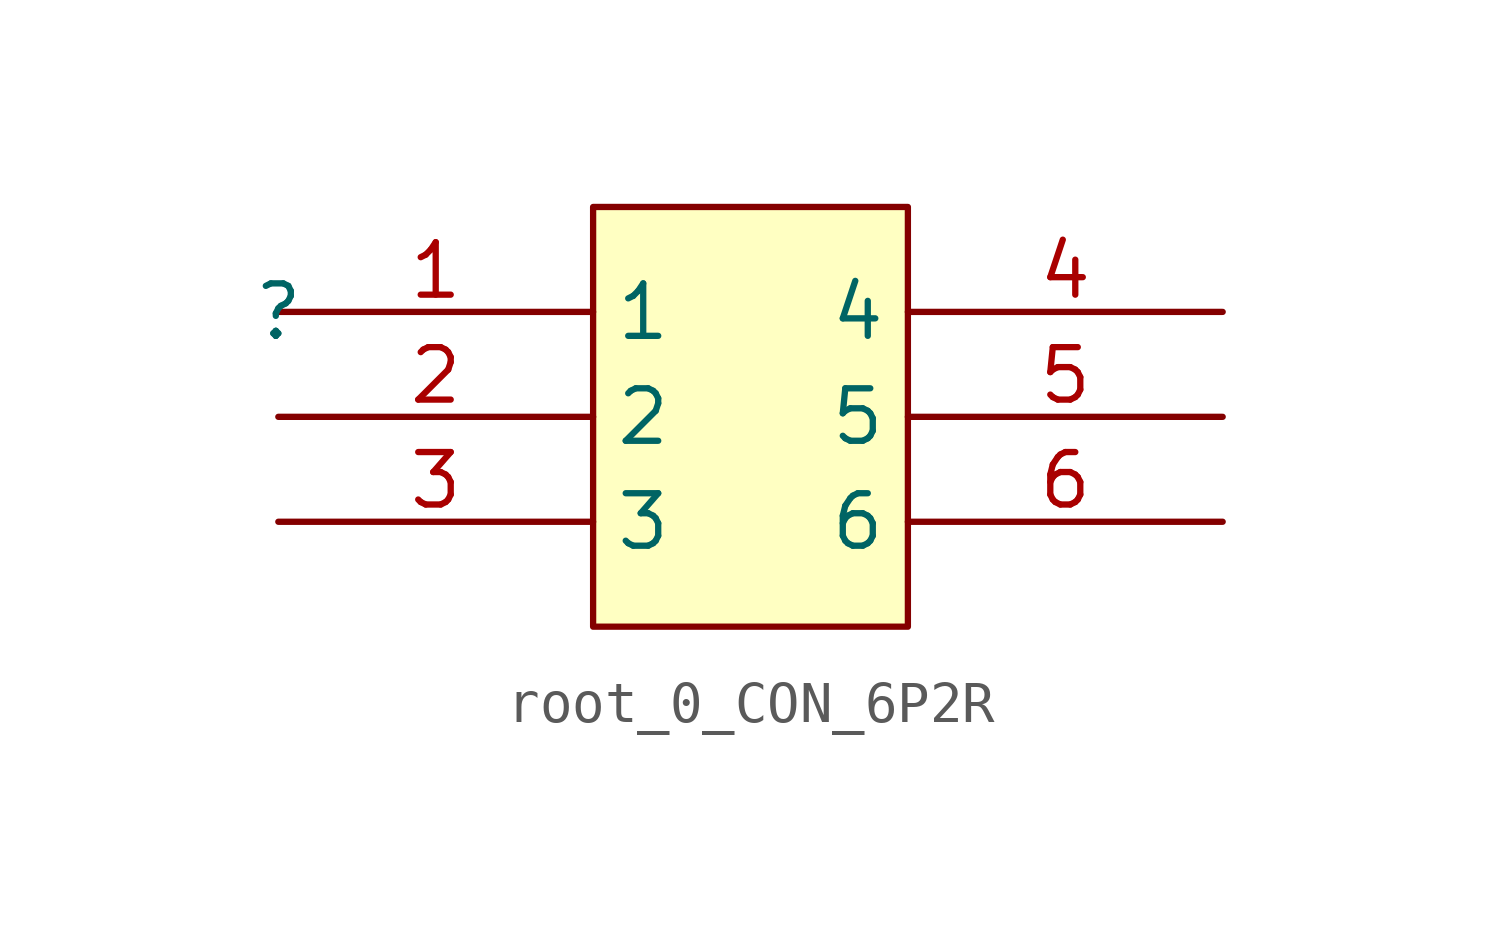
<source format=kicad_sym>
(kicad_symbol_lib
  (version 20220914)
  (generator kicad_symbol_editor)
  (symbol "root_0_CON_6P2R"
    (property "Reference" ""
      (at 0 0 0)
      (effects (font (size 1.27 1.27))))
    (property "Value" ""
      (at 0 0 0)
      (effects (font (size 1.27 1.27))))
    (symbol "root_0_CON_6P2R_1_0"
      (rectangle (start 15.24 2.54) (end 7.62 -7.62) (stroke (width 0) (type solid)) (fill (type background)))
      (pin passive line (at 0 0 0) (length 7.62) (name "1" (effects (font (size 1.27 1.27)))) (number "1" (effects (font (size 1.27 1.27)))))
      (pin passive line (at 0 -2.54 0) (length 7.62) (name "2" (effects (font (size 1.27 1.27)))) (number "2" (effects (font (size 1.27 1.27)))))
      (pin passive line (at 0 -5.08 0) (length 7.62) (name "3" (effects (font (size 1.27 1.27)))) (number "3" (effects (font (size 1.27 1.27)))))
      (pin passive line (at 22.86 0 180) (length 7.62) (name "4" (effects (font (size 1.27 1.27)))) (number "4" (effects (font (size 1.27 1.27)))))
      (pin passive line (at 22.86 -2.54 180) (length 7.62) (name "5" (effects (font (size 1.27 1.27)))) (number "5" (effects (font (size 1.27 1.27)))))
      (pin passive line (at 22.86 -5.08 180) (length 7.62) (name "6" (effects (font (size 1.27 1.27)))) (number "6" (effects (font (size 1.27 1.27))))))))
</source>
